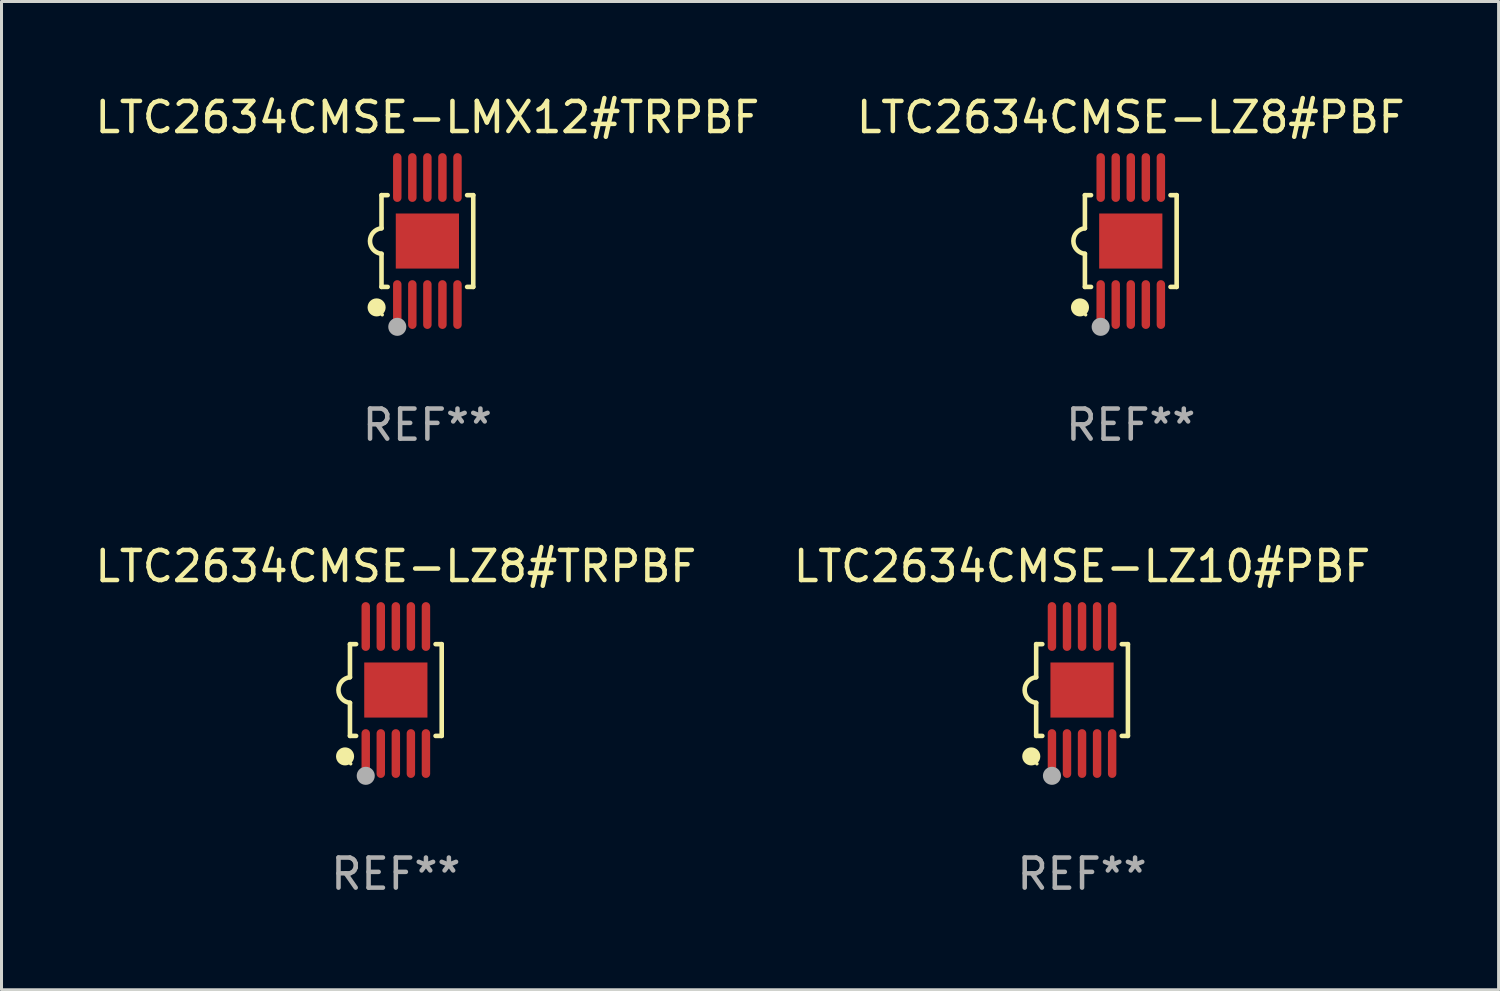
<source format=kicad_pcb>
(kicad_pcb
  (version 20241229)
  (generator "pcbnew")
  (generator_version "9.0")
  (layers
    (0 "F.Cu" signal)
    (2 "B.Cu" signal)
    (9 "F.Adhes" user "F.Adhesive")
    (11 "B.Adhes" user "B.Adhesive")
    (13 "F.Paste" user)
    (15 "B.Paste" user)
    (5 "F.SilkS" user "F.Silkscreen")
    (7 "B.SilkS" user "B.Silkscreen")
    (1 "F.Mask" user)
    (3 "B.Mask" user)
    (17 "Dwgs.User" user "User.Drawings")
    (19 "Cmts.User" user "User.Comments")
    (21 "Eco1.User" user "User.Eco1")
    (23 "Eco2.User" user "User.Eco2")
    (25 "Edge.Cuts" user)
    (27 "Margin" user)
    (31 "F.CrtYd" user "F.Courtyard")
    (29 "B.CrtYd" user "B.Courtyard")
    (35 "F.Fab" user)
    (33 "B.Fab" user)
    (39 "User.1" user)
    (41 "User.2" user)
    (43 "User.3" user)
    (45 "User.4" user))
  (footprint "LTC2634CMSE-LZ10#PBF"
    (layer "F.Cu")
    (at 32.899 19.875)
    (property "Reference" "LTC2634CMSE-LZ10#PBF" (at 0 -4.11 0) (layer "F.SilkS") (effects (font (size 1 1) (thickness 0.15))))
    (attr through_hole)
    (fp_line (start -1.524 -1.524) (end -1.524 -0.424) (stroke (width 0.152) (type solid)) (layer "F.SilkS"))
    (fp_line (start -1.524 1.524) (end -1.524 0.424) (stroke (width 0.152) (type solid)) (layer "F.SilkS"))
    (fp_line (start -1.524 1.524) (end -1.32 1.524) (stroke (width 0.152) (type solid)) (layer "F.SilkS"))
    (fp_line (start -1.32 -1.524) (end -1.524 -1.524) (stroke (width 0.152) (type solid)) (layer "F.SilkS"))
    (fp_line (start 1.32 1.524) (end 1.524 1.524) (stroke (width 0.152) (type solid)) (layer "F.SilkS"))
    (fp_line (start 1.524 -1.524) (end 1.32 -1.524) (stroke (width 0.152) (type solid)) (layer "F.SilkS"))
    (fp_line (start 1.524 1.524) (end 1.524 -1.524) (stroke (width 0.152) (type solid)) (layer "F.SilkS"))
    (fp_arc (start -1.524003 0.424003) (mid -1.906663 -0.000089) (end -1.524004 -0.424181) (stroke (width 0.151994) (type solid)) (layer "F.SilkS"))
    (fp_circle (center -1.687 2.205) (end -1.537 2.205) (stroke (width 0.3) (type solid)) (fill no) (layer "F.SilkS"))
    (fp_circle (center -1.5 2.45) (end -1.47 2.45) (stroke (width 0.06) (type solid)) (fill no) (layer "F.SilkS"))
    (fp_circle (center -1 2.85) (end -0.85 2.85) (stroke (width 0.3) (type solid)) (fill no) (layer "F.Fab"))
    (fp_text user "REF**" (at 0 6.11 0) (layer "F.Fab") (effects (font (size 1 1) (thickness 0.15))))
    (pad "1" smd oval (at -1 2.11) (size 0.28 1.62) (layers "F.Cu" "F.Mask" "F.Paste"))
    (pad "2" smd oval (at -0.5 2.11) (size 0.28 1.62) (layers "F.Cu" "F.Mask" "F.Paste"))
    (pad "3" smd oval (at 0 2.11) (size 0.28 1.62) (layers "F.Cu" "F.Mask" "F.Paste"))
    (pad "4" smd oval (at 0.5 2.11) (size 0.28 1.62) (layers "F.Cu" "F.Mask" "F.Paste"))
    (pad "5" smd oval (at 1 2.11) (size 0.28 1.62) (layers "F.Cu" "F.Mask" "F.Paste"))
    (pad "6" smd oval (at 1 -2.11) (size 0.28 1.62) (layers "F.Cu" "F.Mask" "F.Paste"))
    (pad "7" smd oval (at 0.5 -2.11) (size 0.28 1.62) (layers "F.Cu" "F.Mask" "F.Paste"))
    (pad "8" smd oval (at 0 -2.11) (size 0.28 1.62) (layers "F.Cu" "F.Mask" "F.Paste"))
    (pad "9" smd oval (at -0.5 -2.11) (size 0.28 1.62) (layers "F.Cu" "F.Mask" "F.Paste"))
    (pad "10" smd oval (at -1 -2.11) (size 0.28 1.62) (layers "F.Cu" "F.Mask" "F.Paste"))
    (pad "11" smd rect (at 0 0) (size 2.1 1.83) (layers "F.Cu" "F.Mask" "F.Paste")))
  (footprint "LTC2634CMSE-LZ8#PBF"
    (layer "F.Cu")
    (at 34.518 4.958)
    (property "Reference" "LTC2634CMSE-LZ8#PBF" (at 0 -4.11 0) (layer "F.SilkS") (effects (font (size 1 1) (thickness 0.15))))
    (attr through_hole)
    (fp_line (start -1.524 -1.524) (end -1.524 -0.424) (stroke (width 0.152) (type solid)) (layer "F.SilkS"))
    (fp_line (start -1.524 1.524) (end -1.524 0.424) (stroke (width 0.152) (type solid)) (layer "F.SilkS"))
    (fp_line (start -1.524 1.524) (end -1.32 1.524) (stroke (width 0.152) (type solid)) (layer "F.SilkS"))
    (fp_line (start -1.32 -1.524) (end -1.524 -1.524) (stroke (width 0.152) (type solid)) (layer "F.SilkS"))
    (fp_line (start 1.32 1.524) (end 1.524 1.524) (stroke (width 0.152) (type solid)) (layer "F.SilkS"))
    (fp_line (start 1.524 -1.524) (end 1.32 -1.524) (stroke (width 0.152) (type solid)) (layer "F.SilkS"))
    (fp_line (start 1.524 1.524) (end 1.524 -1.524) (stroke (width 0.152) (type solid)) (layer "F.SilkS"))
    (fp_arc (start -1.524003 0.424003) (mid -1.906663 -0.000089) (end -1.524004 -0.424181) (stroke (width 0.151994) (type solid)) (layer "F.SilkS"))
    (fp_circle (center -1.687 2.205) (end -1.537 2.205) (stroke (width 0.3) (type solid)) (fill no) (layer "F.SilkS"))
    (fp_circle (center -1.5 2.45) (end -1.47 2.45) (stroke (width 0.06) (type solid)) (fill no) (layer "F.SilkS"))
    (fp_circle (center -1 2.85) (end -0.85 2.85) (stroke (width 0.3) (type solid)) (fill no) (layer "F.Fab"))
    (fp_text user "REF**" (at 0 6.11 0) (layer "F.Fab") (effects (font (size 1 1) (thickness 0.15))))
    (pad "1" smd oval (at -1 2.11) (size 0.28 1.62) (layers "F.Cu" "F.Mask" "F.Paste"))
    (pad "2" smd oval (at -0.5 2.11) (size 0.28 1.62) (layers "F.Cu" "F.Mask" "F.Paste"))
    (pad "3" smd oval (at 0 2.11) (size 0.28 1.62) (layers "F.Cu" "F.Mask" "F.Paste"))
    (pad "4" smd oval (at 0.5 2.11) (size 0.28 1.62) (layers "F.Cu" "F.Mask" "F.Paste"))
    (pad "5" smd oval (at 1 2.11) (size 0.28 1.62) (layers "F.Cu" "F.Mask" "F.Paste"))
    (pad "6" smd oval (at 1 -2.11) (size 0.28 1.62) (layers "F.Cu" "F.Mask" "F.Paste"))
    (pad "7" smd oval (at 0.5 -2.11) (size 0.28 1.62) (layers "F.Cu" "F.Mask" "F.Paste"))
    (pad "8" smd oval (at 0 -2.11) (size 0.28 1.62) (layers "F.Cu" "F.Mask" "F.Paste"))
    (pad "9" smd oval (at -0.5 -2.11) (size 0.28 1.62) (layers "F.Cu" "F.Mask" "F.Paste"))
    (pad "10" smd oval (at -1 -2.11) (size 0.28 1.62) (layers "F.Cu" "F.Mask" "F.Paste"))
    (pad "11" smd rect (at 0 0) (size 2.1 1.83) (layers "F.Cu" "F.Mask" "F.Paste")))
  (footprint "LTC2634CMSE-LMX12#TRPBF"
    (layer "F.Cu")
    (at 11.149 4.958)
    (property "Reference" "LTC2634CMSE-LMX12#TRPBF" (at 0 -4.11 0) (layer "F.SilkS") (effects (font (size 1 1) (thickness 0.15))))
    (attr through_hole)
    (fp_line (start -1.524 -1.524) (end -1.524 -0.424) (stroke (width 0.152) (type solid)) (layer "F.SilkS"))
    (fp_line (start -1.524 1.524) (end -1.524 0.424) (stroke (width 0.152) (type solid)) (layer "F.SilkS"))
    (fp_line (start -1.524 1.524) (end -1.32 1.524) (stroke (width 0.152) (type solid)) (layer "F.SilkS"))
    (fp_line (start -1.32 -1.524) (end -1.524 -1.524) (stroke (width 0.152) (type solid)) (layer "F.SilkS"))
    (fp_line (start 1.32 1.524) (end 1.524 1.524) (stroke (width 0.152) (type solid)) (layer "F.SilkS"))
    (fp_line (start 1.524 -1.524) (end 1.32 -1.524) (stroke (width 0.152) (type solid)) (layer "F.SilkS"))
    (fp_line (start 1.524 1.524) (end 1.524 -1.524) (stroke (width 0.152) (type solid)) (layer "F.SilkS"))
    (fp_arc (start -1.524003 0.424003) (mid -1.906663 -0.000089) (end -1.524004 -0.424181) (stroke (width 0.151994) (type solid)) (layer "F.SilkS"))
    (fp_circle (center -1.687 2.205) (end -1.537 2.205) (stroke (width 0.3) (type solid)) (fill no) (layer "F.SilkS"))
    (fp_circle (center -1.5 2.45) (end -1.47 2.45) (stroke (width 0.06) (type solid)) (fill no) (layer "F.SilkS"))
    (fp_circle (center -1 2.85) (end -0.85 2.85) (stroke (width 0.3) (type solid)) (fill no) (layer "F.Fab"))
    (fp_text user "REF**" (at 0 6.11 0) (layer "F.Fab") (effects (font (size 1 1) (thickness 0.15))))
    (pad "1" smd oval (at -1 2.11) (size 0.28 1.62) (layers "F.Cu" "F.Mask" "F.Paste"))
    (pad "2" smd oval (at -0.5 2.11) (size 0.28 1.62) (layers "F.Cu" "F.Mask" "F.Paste"))
    (pad "3" smd oval (at 0 2.11) (size 0.28 1.62) (layers "F.Cu" "F.Mask" "F.Paste"))
    (pad "4" smd oval (at 0.5 2.11) (size 0.28 1.62) (layers "F.Cu" "F.Mask" "F.Paste"))
    (pad "5" smd oval (at 1 2.11) (size 0.28 1.62) (layers "F.Cu" "F.Mask" "F.Paste"))
    (pad "6" smd oval (at 1 -2.11) (size 0.28 1.62) (layers "F.Cu" "F.Mask" "F.Paste"))
    (pad "7" smd oval (at 0.5 -2.11) (size 0.28 1.62) (layers "F.Cu" "F.Mask" "F.Paste"))
    (pad "8" smd oval (at 0 -2.11) (size 0.28 1.62) (layers "F.Cu" "F.Mask" "F.Paste"))
    (pad "9" smd oval (at -0.5 -2.11) (size 0.28 1.62) (layers "F.Cu" "F.Mask" "F.Paste"))
    (pad "10" smd oval (at -1 -2.11) (size 0.28 1.62) (layers "F.Cu" "F.Mask" "F.Paste"))
    (pad "11" smd rect (at 0 0) (size 2.1 1.83) (layers "F.Cu" "F.Mask" "F.Paste")))
  (footprint "LTC2634CMSE-LZ8#TRPBF"
    (layer "F.Cu")
    (at 10.101 19.875)
    (property "Reference" "LTC2634CMSE-LZ8#TRPBF" (at 0 -4.11 0) (layer "F.SilkS") (effects (font (size 1 1) (thickness 0.15))))
    (attr through_hole)
    (fp_line (start -1.524 -1.524) (end -1.524 -0.424) (stroke (width 0.152) (type solid)) (layer "F.SilkS"))
    (fp_line (start -1.524 1.524) (end -1.524 0.424) (stroke (width 0.152) (type solid)) (layer "F.SilkS"))
    (fp_line (start -1.524 1.524) (end -1.32 1.524) (stroke (width 0.152) (type solid)) (layer "F.SilkS"))
    (fp_line (start -1.32 -1.524) (end -1.524 -1.524) (stroke (width 0.152) (type solid)) (layer "F.SilkS"))
    (fp_line (start 1.32 1.524) (end 1.524 1.524) (stroke (width 0.152) (type solid)) (layer "F.SilkS"))
    (fp_line (start 1.524 -1.524) (end 1.32 -1.524) (stroke (width 0.152) (type solid)) (layer "F.SilkS"))
    (fp_line (start 1.524 1.524) (end 1.524 -1.524) (stroke (width 0.152) (type solid)) (layer "F.SilkS"))
    (fp_arc (start -1.524003 0.424003) (mid -1.906663 -0.000089) (end -1.524004 -0.424181) (stroke (width 0.151994) (type solid)) (layer "F.SilkS"))
    (fp_circle (center -1.687 2.205) (end -1.537 2.205) (stroke (width 0.3) (type solid)) (fill no) (layer "F.SilkS"))
    (fp_circle (center -1.5 2.45) (end -1.47 2.45) (stroke (width 0.06) (type solid)) (fill no) (layer "F.SilkS"))
    (fp_circle (center -1 2.85) (end -0.85 2.85) (stroke (width 0.3) (type solid)) (fill no) (layer "F.Fab"))
    (fp_text user "REF**" (at 0 6.11 0) (layer "F.Fab") (effects (font (size 1 1) (thickness 0.15))))
    (pad "1" smd oval (at -1 2.11) (size 0.28 1.62) (layers "F.Cu" "F.Mask" "F.Paste"))
    (pad "2" smd oval (at -0.5 2.11) (size 0.28 1.62) (layers "F.Cu" "F.Mask" "F.Paste"))
    (pad "3" smd oval (at 0 2.11) (size 0.28 1.62) (layers "F.Cu" "F.Mask" "F.Paste"))
    (pad "4" smd oval (at 0.5 2.11) (size 0.28 1.62) (layers "F.Cu" "F.Mask" "F.Paste"))
    (pad "5" smd oval (at 1 2.11) (size 0.28 1.62) (layers "F.Cu" "F.Mask" "F.Paste"))
    (pad "6" smd oval (at 1 -2.11) (size 0.28 1.62) (layers "F.Cu" "F.Mask" "F.Paste"))
    (pad "7" smd oval (at 0.5 -2.11) (size 0.28 1.62) (layers "F.Cu" "F.Mask" "F.Paste"))
    (pad "8" smd oval (at 0 -2.11) (size 0.28 1.62) (layers "F.Cu" "F.Mask" "F.Paste"))
    (pad "9" smd oval (at -0.5 -2.11) (size 0.28 1.62) (layers "F.Cu" "F.Mask" "F.Paste"))
    (pad "10" smd oval (at -1 -2.11) (size 0.28 1.62) (layers "F.Cu" "F.Mask" "F.Paste"))
    (pad "11" smd rect (at 0 0) (size 2.1 1.83) (layers "F.Cu" "F.Mask" "F.Paste")))
  (gr_rect
    (start -3 -3)
    (end 46.738 29.833)
    (stroke (width 0.1) (type default))
    (fill no)
    (layer "Edge.Cuts")))
</source>
